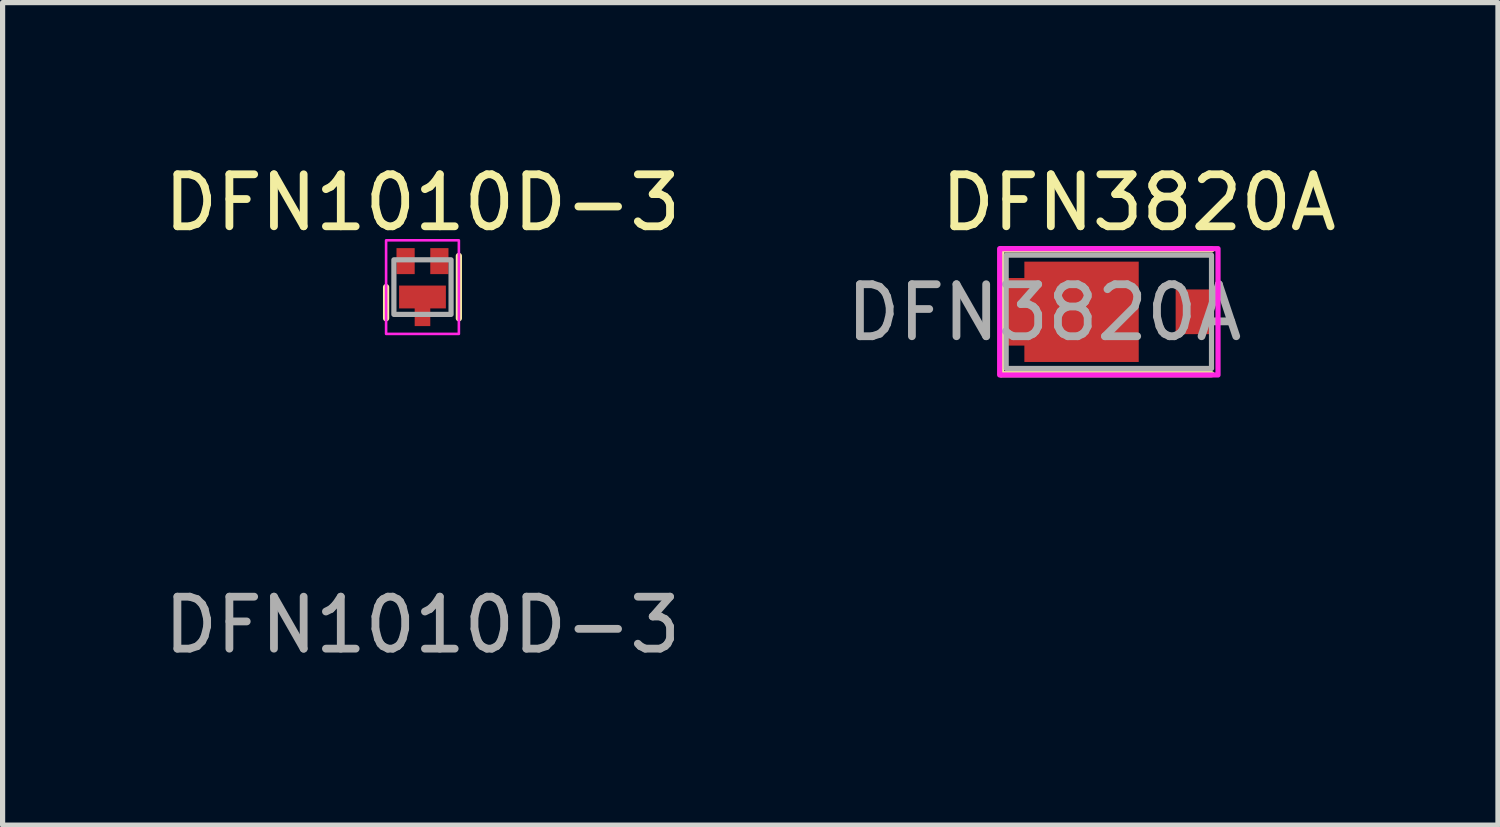
<source format=kicad_pcb>
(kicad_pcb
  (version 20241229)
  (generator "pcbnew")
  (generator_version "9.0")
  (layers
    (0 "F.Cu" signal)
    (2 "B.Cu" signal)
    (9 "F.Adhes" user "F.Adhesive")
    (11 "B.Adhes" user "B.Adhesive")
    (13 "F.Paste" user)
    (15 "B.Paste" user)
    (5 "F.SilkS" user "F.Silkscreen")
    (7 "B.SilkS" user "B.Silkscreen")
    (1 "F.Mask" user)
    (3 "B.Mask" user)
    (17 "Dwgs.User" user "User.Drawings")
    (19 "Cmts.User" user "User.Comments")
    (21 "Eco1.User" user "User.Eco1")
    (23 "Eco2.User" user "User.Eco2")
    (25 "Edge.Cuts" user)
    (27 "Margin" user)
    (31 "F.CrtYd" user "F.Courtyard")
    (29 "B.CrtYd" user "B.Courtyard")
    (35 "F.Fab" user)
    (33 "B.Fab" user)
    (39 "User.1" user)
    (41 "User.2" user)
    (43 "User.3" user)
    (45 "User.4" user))
  (footprint "DFN3820A"
    (layer "F.Cu")
    (at 18.855 2.948)
    (property "Reference" "DFN3820A" (at 0 -2.1 0) (unlocked yes) (layer "F.SilkS") (effects (font (size 1 1) (thickness 0.15))))
    (attr smd)
    (fp_line (start -2.65 -1.2) (end -2.65 1.2) (stroke (width 0.12) (type default)) (layer "F.SilkS"))
    (fp_line (start -2.65 -1.2) (end 1.4 -1.2) (stroke (width 0.12) (type default)) (layer "F.SilkS"))
    (fp_line (start -2.65 1.2) (end 1.4 1.2) (stroke (width 0.12) (type default)) (layer "F.SilkS"))
    (fp_rect (start -2.675 -1.215) (end 1.525 1.215) (stroke (width 0.1) (type default)) (fill no) (layer "F.CrtYd"))
    (fp_rect (start -2.55 -1.09) (end 1.4 1.09) (stroke (width 0.1) (type default)) (fill no) (layer "F.Fab"))
    (fp_text user "${REFERENCE}" (at -5.7 0.6 0) (unlocked yes) (layer "F.Fab") (effects (font (size 1 1) (thickness 0.15)) (justify left bottom)))
    (pad "1" smd custom (at -1.1 0) (size 2.2 1.93) (layers "F.Cu" "F.Mask" "F.Paste") (options (anchor rect)) (primitives (gr_rect (start -1.45 -0.65) (end 1.1 0.65) (width 0) (fill yes))))
    (pad "2" smd rect (at 1.06 0) (size 0.7 0.86) (layers "F.Cu" "F.Mask" "F.Paste")))
  (footprint "DFN1010D-3"
    (layer "F.Cu")
    (at 5.077 1.973)
    (property "Reference" "DFN1010D-3" (at 0 -1.125 0) (unlocked yes) (layer "F.SilkS") (effects (font (size 1 1) (thickness 0.15))))
    (attr smd)
    (fp_line (start -0.7 0.5) (end -0.7 1.1) (stroke (width 0.12) (type default)) (layer "F.SilkS"))
    (fp_line (start 0.7 -0.1) (end 0.7 1.1) (stroke (width 0.12) (type default)) (layer "F.SilkS"))
    (fp_rect (start -0.7 -0.4) (end 0.7 1.4) (stroke (width 0.05) (type default)) (fill no) (layer "F.CrtYd"))
    (fp_rect (start -0.55 -0.025) (end 0.55 1.025) (stroke (width 0.1) (type default)) (fill no) (layer "F.Fab"))
    (fp_text user "${REFERENCE}" (at 0 7 0) (unlocked yes) (layer "F.Fab") (effects (font (size 1 1) (thickness 0.15))))
    (pad "1" smd rect (at -0.325 0) (size 0.35 0.5) (layers "F.Cu" "F.Mask" "F.Paste"))
    (pad "2" smd rect (at 0.325 0) (size 0.35 0.5) (layers "F.Cu" "F.Mask" "F.Paste"))
    (pad "3" smd custom (at 0 0.69) (size 0.9 0.44) (layers "F.Cu" "F.Mask" "F.Paste") (options (anchor rect)) (primitives (gr_rect (start -0.15 -0.12) (end 0.15 0.56) (width 0) (fill yes)))))
  (gr_rect
    (start -3 -3)
    (end 25.765 12.822)
    (stroke (width 0.1) (type default))
    (fill no)
    (layer "Edge.Cuts")))
</source>
